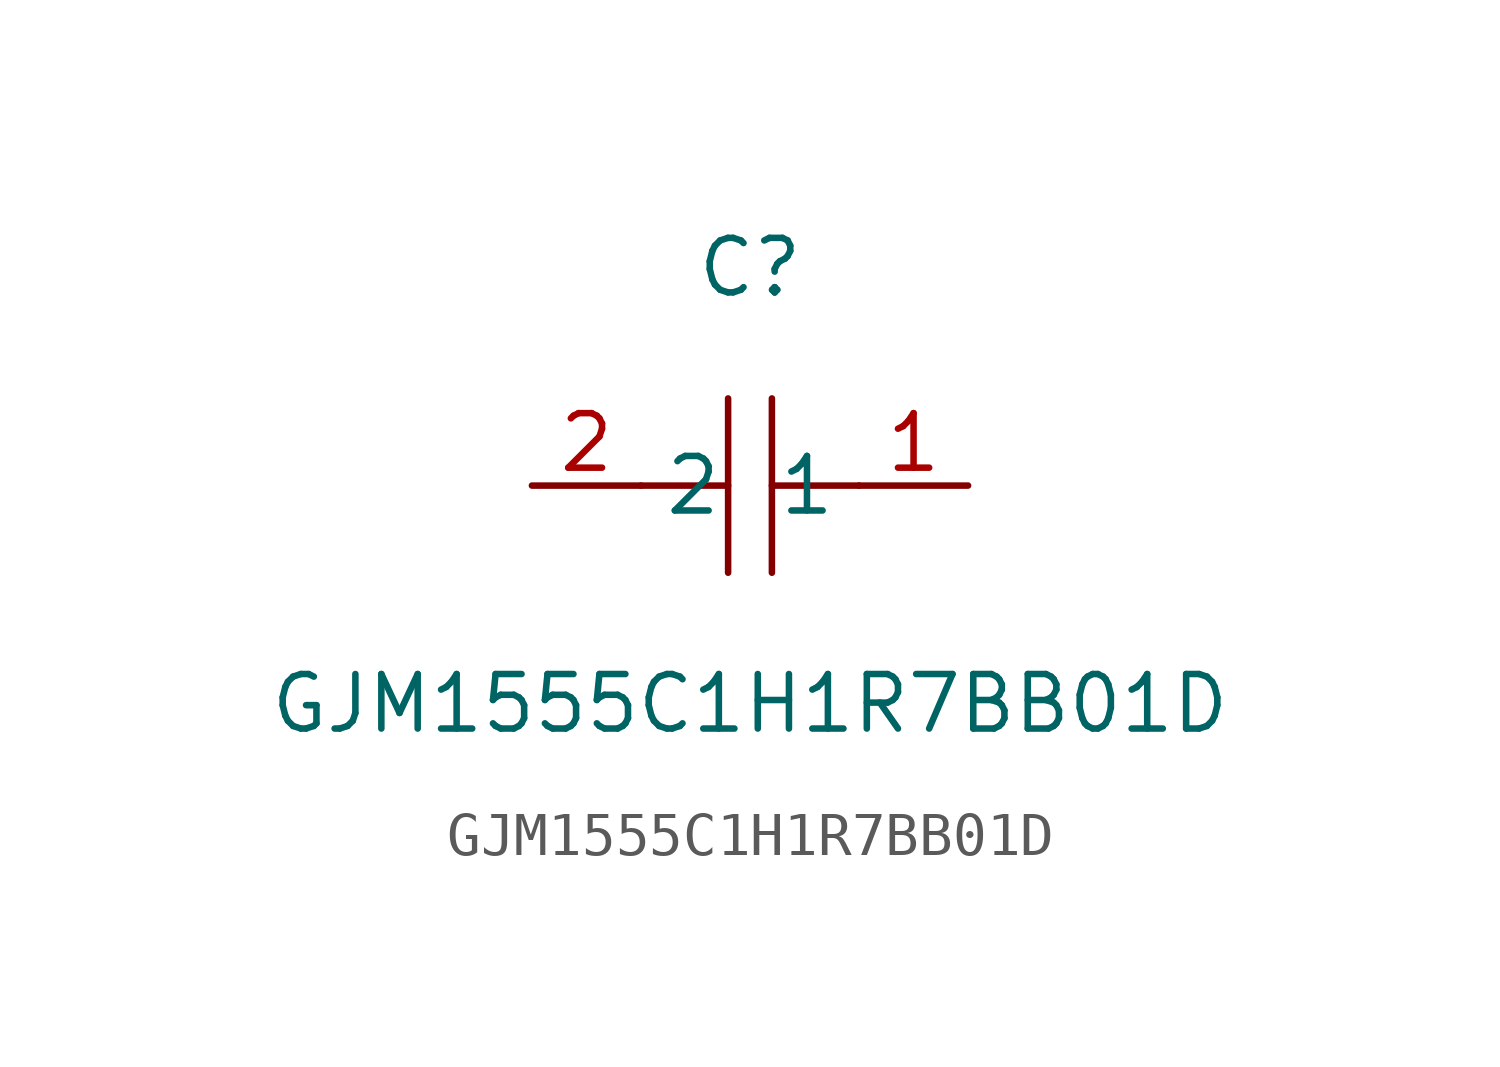
<source format=kicad_sym>
(kicad_symbol_lib
  (version 1)
  (generator "faebryk")
  (symbol "GJM1555C1H1R7BB01D"
    (property "Reference" "C"
      (at 0 5.08 0)
      (effects (font (size 1.27 1.27)) (hide no)))
    (property "Value" "GJM1555C1H1R7BB01D"
      (at 0 -5.08 0)
      (effects (font (size 1.27 1.27)) (hide no)))
    (symbol "GJM1555C1H1R7BB01D_0_1"
      (polyline (stroke (width 0) (type default) (color 0 0 0 0)) (fill (type none)) (pts (xy 0.51 2.03) (xy 0.51 -2.03)))
      (polyline (stroke (width 0) (type default) (color 0 0 0 0)) (fill (type none)) (pts (xy -2.54 0) (xy -0.51 0)))
      (polyline (stroke (width 0) (type default) (color 0 0 0 0)) (fill (type none)) (pts (xy -0.51 -2.03) (xy -0.51 2.03)))
      (polyline (stroke (width 0) (type default) (color 0 0 0 0)) (fill (type none)) (pts (xy 0.51 0) (xy 2.54 0)))
      (pin unspecified line (at 5.08 0 180) (length 2.54) (name "1" (effects (font (size 1.27 1.27)) (hide no))) (number "1" (effects (font (size 1.27 1.27)) (hide no))))
      (pin unspecified line (at -5.08 0 0) (length 2.54) (name "2" (effects (font (size 1.27 1.27)) (hide no))) (number "2" (effects (font (size 1.27 1.27)) (hide no)))))))
</source>
